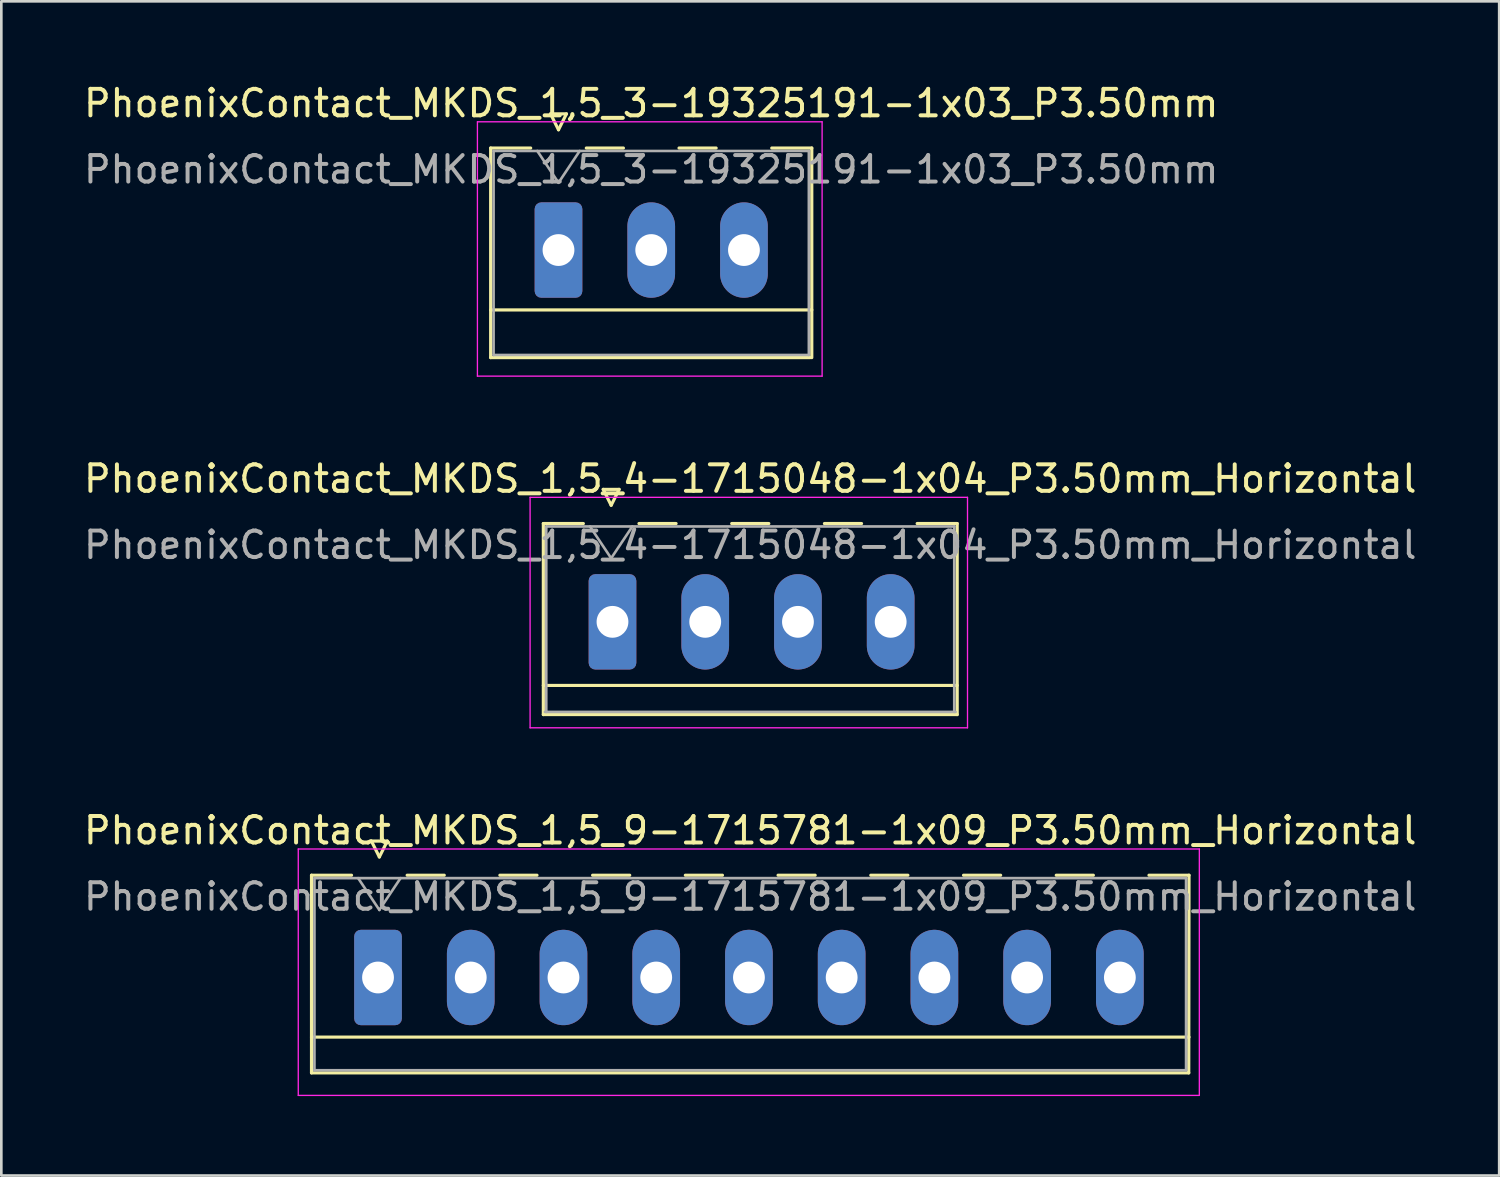
<source format=kicad_pcb>
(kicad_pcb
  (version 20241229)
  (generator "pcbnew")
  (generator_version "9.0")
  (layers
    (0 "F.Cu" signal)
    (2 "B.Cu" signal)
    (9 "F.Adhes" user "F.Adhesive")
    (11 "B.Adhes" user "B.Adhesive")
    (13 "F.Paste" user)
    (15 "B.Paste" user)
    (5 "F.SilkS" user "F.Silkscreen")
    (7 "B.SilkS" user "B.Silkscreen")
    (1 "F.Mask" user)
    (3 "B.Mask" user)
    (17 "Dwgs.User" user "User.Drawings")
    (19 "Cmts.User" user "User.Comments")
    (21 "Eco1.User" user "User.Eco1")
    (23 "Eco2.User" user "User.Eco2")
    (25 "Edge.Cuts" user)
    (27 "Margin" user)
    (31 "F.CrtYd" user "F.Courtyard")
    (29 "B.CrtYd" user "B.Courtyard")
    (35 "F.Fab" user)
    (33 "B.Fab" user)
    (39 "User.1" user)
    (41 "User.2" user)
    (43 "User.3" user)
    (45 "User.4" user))
  (footprint "PhoenixContact_MKDS_1,5_4-1715048-1x04_P3.50mm_Horizontal"
    (layer "F.Cu")
    (at 20.018 18.021)
    (property "Reference" "PhoenixContact_MKDS_1,5_4-1715048-1x04_P3.50mm_Horizontal" (at 5.25 -3 0) (layer "F.SilkS") (effects (font (size 1 1) (thickness 0.15))))
    (attr through_hole)
    (fp_line (start -2.56 -1.31) (end -2.56 5.9) (stroke (width 0.12) (type solid)) (layer "F.SilkS"))
    (fp_line (start -2.56 -1.31) (end -1.05 -1.31) (stroke (width 0.12) (type solid)) (layer "F.SilkS"))
    (fp_line (start -2.56 4.8) (end 13.06 4.8) (stroke (width 0.12) (type solid)) (layer "F.SilkS"))
    (fp_line (start -2.56 5.9) (end 13.06 5.9) (stroke (width 0.12) (type solid)) (layer "F.SilkS"))
    (fp_line (start -0.3 -2.6) (end 0.3 -2.6) (stroke (width 0.12) (type solid)) (layer "F.SilkS"))
    (fp_line (start 0 -2) (end -0.3 -2.6) (stroke (width 0.12) (type solid)) (layer "F.SilkS"))
    (fp_line (start 0.3 -2.6) (end 0 -2) (stroke (width 0.12) (type solid)) (layer "F.SilkS"))
    (fp_line (start 1.05 -1.31) (end 2.45 -1.31) (stroke (width 0.12) (type solid)) (layer "F.SilkS"))
    (fp_line (start 4.55 -1.31) (end 5.95 -1.31) (stroke (width 0.12) (type solid)) (layer "F.SilkS"))
    (fp_line (start 8.05 -1.31) (end 9.45 -1.31) (stroke (width 0.12) (type solid)) (layer "F.SilkS"))
    (fp_line (start 13.06 -1.31) (end 11.55 -1.31) (stroke (width 0.12) (type solid)) (layer "F.SilkS"))
    (fp_line (start 13.06 5.9) (end 13.06 -1.31) (stroke (width 0.12) (type solid)) (layer "F.SilkS"))
    (fp_line (start -3.06 -2.3) (end -3.06 6.4) (stroke (width 0.05) (type solid)) (layer "F.CrtYd"))
    (fp_line (start -3.06 6.4) (end 13.45 6.4) (stroke (width 0.05) (type solid)) (layer "F.CrtYd"))
    (fp_line (start 13.45 -2.3) (end -3.06 -2.3) (stroke (width 0.05) (type solid)) (layer "F.CrtYd"))
    (fp_line (start 13.45 6.4) (end 13.45 -2.3) (stroke (width 0.05) (type solid)) (layer "F.CrtYd"))
    (fp_line (start -2.5 5.8) (end 13 5.8) (stroke (width 0.1) (type solid)) (layer "F.Fab"))
    (fp_line (start -2.45 -1.2) (end -2.45 5.8) (stroke (width 0.1) (type solid)) (layer "F.Fab"))
    (fp_line (start 0 0) (end -0.8 -1.2) (stroke (width 0.1) (type solid)) (layer "F.Fab"))
    (fp_line (start 0.8 -1.2) (end 0 0) (stroke (width 0.1) (type solid)) (layer "F.Fab"))
    (fp_line (start 12.95 -1.2) (end -2.45 -1.2) (stroke (width 0.1) (type solid)) (layer "F.Fab"))
    (fp_line (start 12.95 5.8) (end 12.95 -1.2) (stroke (width 0.1) (type solid)) (layer "F.Fab"))
    (fp_text user "${REFERENCE}" (at 5.25 -0.5 0) (layer "F.Fab") (effects (font (size 1 1) (thickness 0.15))))
    (pad "1" thru_hole roundrect (at 0.05 2.4) (size 1.8 3.6) (drill 1.2) (layers "*.Cu" "*.Mask") (roundrect_rratio 0.139))
    (pad "2" thru_hole oval (at 3.55 2.4) (size 1.8 3.6) (drill 1.2) (layers "*.Cu" "*.Mask"))
    (pad "3" thru_hole oval (at 7.05 2.4) (size 1.8 3.6) (drill 1.2) (layers "*.Cu" "*.Mask"))
    (pad "4" thru_hole oval (at 10.55 2.4) (size 1.8 3.6) (drill 1.2) (layers "*.Cu" "*.Mask")))
  (footprint "PhoenixContact_MKDS_1,5_3-19325191-1x03_P3.50mm"
    (layer "F.Cu")
    (at 18.03 3.848)
    (property "Reference" "PhoenixContact_MKDS_1,5_3-19325191-1x03_P3.50mm" (at 3.5 -3 0) (layer "F.SilkS") (effects (font (size 1 1) (thickness 0.15))))
    (attr through_hole)
    (fp_line (start -2.56 -1.31) (end -2.56 6.6) (stroke (width 0.12) (type solid)) (layer "F.SilkS"))
    (fp_line (start -2.56 -1.31) (end -1.05 -1.31) (stroke (width 0.12) (type solid)) (layer "F.SilkS"))
    (fp_line (start -2.56 4.8) (end 9.56 4.8) (stroke (width 0.12) (type solid)) (layer "F.SilkS"))
    (fp_line (start -2.56 6.6) (end 9.5 6.6) (stroke (width 0.12) (type solid)) (layer "F.SilkS"))
    (fp_line (start -0.3 -2.6) (end 0.3 -2.6) (stroke (width 0.12) (type solid)) (layer "F.SilkS"))
    (fp_line (start 0 -2) (end -0.3 -2.6) (stroke (width 0.12) (type solid)) (layer "F.SilkS"))
    (fp_line (start 0.3 -2.6) (end 0 -2) (stroke (width 0.12) (type solid)) (layer "F.SilkS"))
    (fp_line (start 1.05 -1.31) (end 2.45 -1.31) (stroke (width 0.12) (type solid)) (layer "F.SilkS"))
    (fp_line (start 4.55 -1.31) (end 5.95 -1.31) (stroke (width 0.12) (type solid)) (layer "F.SilkS"))
    (fp_line (start 9.56 -1.31) (end 8.05 -1.31) (stroke (width 0.12) (type solid)) (layer "F.SilkS"))
    (fp_line (start 9.56 6.6) (end 9.56 -1.31) (stroke (width 0.12) (type solid)) (layer "F.SilkS"))
    (fp_line (start -3.06 -2.3) (end -3.06 7.3) (stroke (width 0.05) (type solid)) (layer "F.CrtYd"))
    (fp_line (start -3.06 7.3) (end 9.95 7.3) (stroke (width 0.05) (type solid)) (layer "F.CrtYd"))
    (fp_line (start 9.95 -2.3) (end -3.06 -2.3) (stroke (width 0.05) (type solid)) (layer "F.CrtYd"))
    (fp_line (start 9.95 7.3) (end 9.95 -2.3) (stroke (width 0.05) (type solid)) (layer "F.CrtYd"))
    (fp_line (start -2.45 -1.2) (end -2.45 6.5) (stroke (width 0.1) (type solid)) (layer "F.Fab"))
    (fp_line (start -2.45 6.5) (end 9.45 6.5) (stroke (width 0.1) (type solid)) (layer "F.Fab"))
    (fp_line (start 0 0) (end -0.8 -1.2) (stroke (width 0.1) (type solid)) (layer "F.Fab"))
    (fp_line (start 0.8 -1.2) (end 0 0) (stroke (width 0.1) (type solid)) (layer "F.Fab"))
    (fp_line (start 9.45 -1.2) (end -2.45 -1.2) (stroke (width 0.1) (type solid)) (layer "F.Fab"))
    (fp_line (start 9.45 6.5) (end 9.45 -1.2) (stroke (width 0.1) (type solid)) (layer "F.Fab"))
    (fp_text user "${REFERENCE}" (at 3.5 -0.5 0) (layer "F.Fab") (effects (font (size 1 1) (thickness 0.15))))
    (pad "1" thru_hole roundrect (at 0 2.54) (size 1.8 3.6) (drill 1.2) (layers "*.Cu" "*.Mask") (roundrect_rratio 0.139))
    (pad "2" thru_hole oval (at 3.5 2.54) (size 1.8 3.6) (drill 1.2) (layers "*.Cu" "*.Mask"))
    (pad "3" thru_hole oval (at 7 2.54) (size 1.8 3.6) (drill 1.2) (layers "*.Cu" "*.Mask")))
  (footprint "PhoenixContact_MKDS_1,5_9-1715781-1x09_P3.50mm_Horizontal"
    (layer "F.Cu")
    (at 11.268 31.295)
    (property "Reference" "PhoenixContact_MKDS_1,5_9-1715781-1x09_P3.50mm_Horizontal" (at 14 -3 0) (layer "F.SilkS") (effects (font (size 1 1) (thickness 0.15))))
    (attr through_hole)
    (fp_line (start -2.56 -1.31) (end -2.56 6.15) (stroke (width 0.12) (type solid)) (layer "F.SilkS"))
    (fp_line (start -2.56 -1.31) (end -1.05 -1.31) (stroke (width 0.12) (type solid)) (layer "F.SilkS"))
    (fp_line (start -2.56 4.8) (end 30.56 4.8) (stroke (width 0.12) (type solid)) (layer "F.SilkS"))
    (fp_line (start -2.56 6.15) (end 30.55 6.15) (stroke (width 0.12) (type solid)) (layer "F.SilkS"))
    (fp_line (start -0.3 -2.6) (end 0.3 -2.6) (stroke (width 0.12) (type solid)) (layer "F.SilkS"))
    (fp_line (start 0 -2) (end -0.3 -2.6) (stroke (width 0.12) (type solid)) (layer "F.SilkS"))
    (fp_line (start 0.3 -2.6) (end 0 -2) (stroke (width 0.12) (type solid)) (layer "F.SilkS"))
    (fp_line (start 1.05 -1.31) (end 2.45 -1.31) (stroke (width 0.12) (type solid)) (layer "F.SilkS"))
    (fp_line (start 4.55 -1.31) (end 5.95 -1.31) (stroke (width 0.12) (type solid)) (layer "F.SilkS"))
    (fp_line (start 8.05 -1.31) (end 9.45 -1.31) (stroke (width 0.12) (type solid)) (layer "F.SilkS"))
    (fp_line (start 11.55 -1.31) (end 12.95 -1.31) (stroke (width 0.12) (type solid)) (layer "F.SilkS"))
    (fp_line (start 15.05 -1.31) (end 16.45 -1.31) (stroke (width 0.12) (type solid)) (layer "F.SilkS"))
    (fp_line (start 18.55 -1.31) (end 19.95 -1.31) (stroke (width 0.12) (type solid)) (layer "F.SilkS"))
    (fp_line (start 22.05 -1.31) (end 23.45 -1.31) (stroke (width 0.12) (type solid)) (layer "F.SilkS"))
    (fp_line (start 25.55 -1.31) (end 26.95 -1.31) (stroke (width 0.12) (type solid)) (layer "F.SilkS"))
    (fp_line (start 30.55 6.15) (end 30.56 -1.31) (stroke (width 0.12) (type solid)) (layer "F.SilkS"))
    (fp_line (start 30.56 -1.31) (end 29.05 -1.31) (stroke (width 0.12) (type solid)) (layer "F.SilkS"))
    (fp_line (start -3.06 -2.3) (end -3.06 7) (stroke (width 0.05) (type solid)) (layer "F.CrtYd"))
    (fp_line (start -3.06 7) (end 30.95 7) (stroke (width 0.05) (type solid)) (layer "F.CrtYd"))
    (fp_line (start 30.95 -2.3) (end -3.06 -2.3) (stroke (width 0.05) (type solid)) (layer "F.CrtYd"))
    (fp_line (start 30.95 7) (end 30.95 -2.3) (stroke (width 0.05) (type solid)) (layer "F.CrtYd"))
    (fp_line (start -2.45 -1.2) (end -2.45 6.05) (stroke (width 0.1) (type solid)) (layer "F.Fab"))
    (fp_line (start -2.45 6.05) (end 30.45 6.05) (stroke (width 0.1) (type solid)) (layer "F.Fab"))
    (fp_line (start 0 0) (end -0.8 -1.2) (stroke (width 0.1) (type solid)) (layer "F.Fab"))
    (fp_line (start 0.8 -1.2) (end 0 0) (stroke (width 0.1) (type solid)) (layer "F.Fab"))
    (fp_line (start 30.45 -1.2) (end -2.45 -1.2) (stroke (width 0.1) (type solid)) (layer "F.Fab"))
    (fp_line (start 30.45 6.05) (end 30.45 -1.2) (stroke (width 0.1) (type solid)) (layer "F.Fab"))
    (fp_text user "${REFERENCE}" (at 14 -0.5 0) (layer "F.Fab") (effects (font (size 1 1) (thickness 0.15))))
    (pad "1" thru_hole roundrect (at -0.05 2.55) (size 1.8 3.6) (drill 1.2) (layers "*.Cu" "*.Mask") (roundrect_rratio 0.139))
    (pad "2" thru_hole oval (at 3.45 2.55) (size 1.8 3.6) (drill 1.2) (layers "*.Cu" "*.Mask"))
    (pad "3" thru_hole oval (at 6.95 2.55) (size 1.8 3.6) (drill 1.2) (layers "*.Cu" "*.Mask"))
    (pad "4" thru_hole oval (at 10.45 2.55) (size 1.8 3.6) (drill 1.2) (layers "*.Cu" "*.Mask"))
    (pad "5" thru_hole oval (at 13.95 2.55) (size 1.8 3.6) (drill 1.2) (layers "*.Cu" "*.Mask"))
    (pad "6" thru_hole oval (at 17.45 2.55) (size 1.8 3.6) (drill 1.2) (layers "*.Cu" "*.Mask"))
    (pad "7" thru_hole oval (at 20.95 2.55) (size 1.8 3.6) (drill 1.2) (layers "*.Cu" "*.Mask"))
    (pad "8" thru_hole oval (at 24.45 2.55) (size 1.8 3.6) (drill 1.2) (layers "*.Cu" "*.Mask"))
    (pad "9" thru_hole oval (at 27.95 2.55) (size 1.8 3.6) (drill 1.2) (layers "*.Cu" "*.Mask")))
  (gr_rect
    (start -3 -3)
    (end 53.536 41.32)
    (stroke (width 0.1) (type default))
    (fill no)
    (layer "Edge.Cuts")))
</source>
